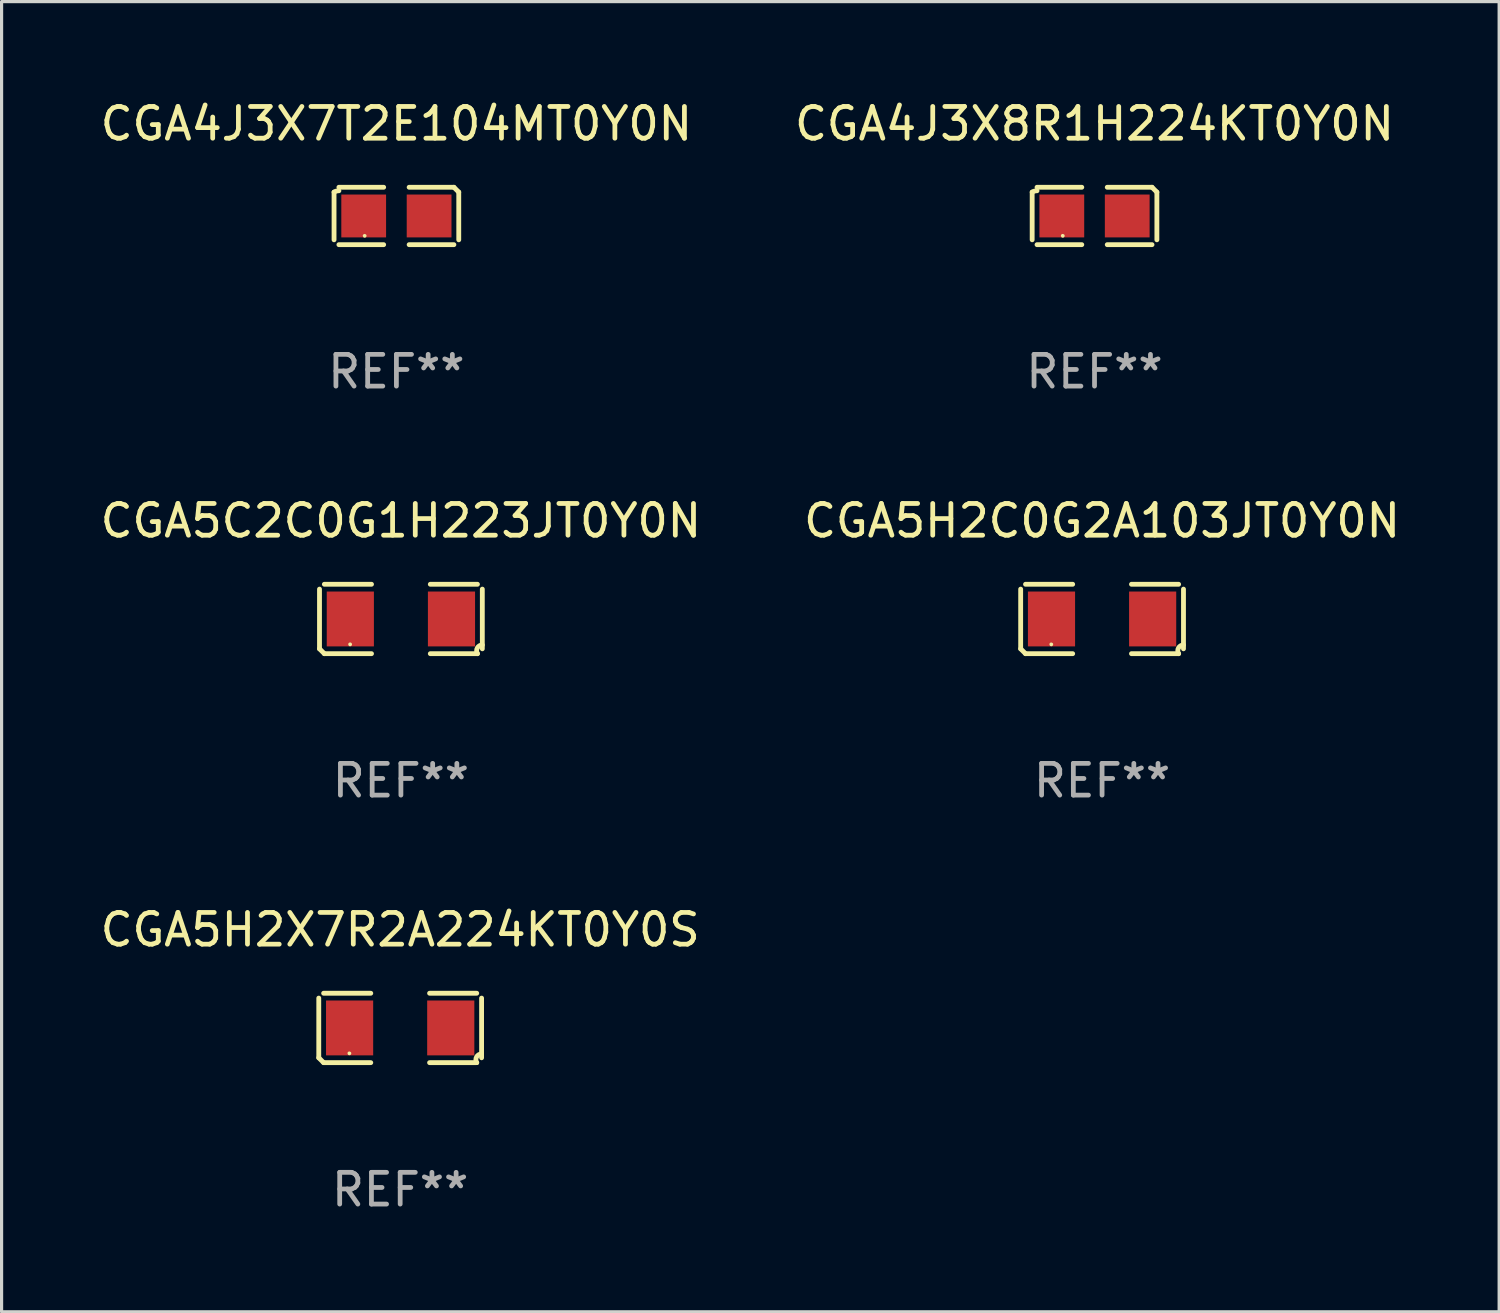
<source format=kicad_pcb>
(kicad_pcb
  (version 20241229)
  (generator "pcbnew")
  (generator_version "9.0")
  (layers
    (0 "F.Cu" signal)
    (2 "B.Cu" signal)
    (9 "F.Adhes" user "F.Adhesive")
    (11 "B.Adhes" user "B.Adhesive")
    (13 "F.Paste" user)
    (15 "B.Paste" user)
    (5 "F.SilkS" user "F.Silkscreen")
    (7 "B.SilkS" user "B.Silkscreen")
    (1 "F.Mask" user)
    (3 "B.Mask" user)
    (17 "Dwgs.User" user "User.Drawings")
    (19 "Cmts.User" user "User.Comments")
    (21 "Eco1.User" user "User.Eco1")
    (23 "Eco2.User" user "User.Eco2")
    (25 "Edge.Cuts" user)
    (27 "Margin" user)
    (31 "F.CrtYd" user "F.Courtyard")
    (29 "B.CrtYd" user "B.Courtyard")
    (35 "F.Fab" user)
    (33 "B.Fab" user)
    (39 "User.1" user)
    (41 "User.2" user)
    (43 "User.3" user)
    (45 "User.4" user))
  (footprint "CGA5H2C0G2A103JT0Y0N"
    (layer "F.Cu")
    (at 31.661 16.445)
    (property "Reference" "CGA5H2C0G2A103JT0Y0N" (at 0 -3.093 0) (layer "F.SilkS") (effects (font (size 1 1) (thickness 0.15))))
    (attr through_hole)
    (fp_line (start -2.564 0.94) (end -2.564 -0.94) (stroke (width 0.152) (type solid)) (layer "F.SilkS"))
    (fp_line (start -2.411 -1.093) (end -0.926 -1.093) (stroke (width 0.152) (type solid)) (layer "F.SilkS"))
    (fp_line (start -0.926 1.093) (end -2.411 1.093) (stroke (width 0.152) (type solid)) (layer "F.SilkS"))
    (fp_line (start 0.926 1.093) (end 2.411 1.093) (stroke (width 0.152) (type solid)) (layer "F.SilkS"))
    (fp_line (start 2.411 -1.093) (end 0.926 -1.093) (stroke (width 0.152) (type solid)) (layer "F.SilkS"))
    (fp_line (start 2.564 0.94) (end 2.564 -0.94) (stroke (width 0.152) (type solid)) (layer "F.SilkS"))
    (fp_arc (start -2.411201 1.092609) (mid -2.487413 1.01642) (end -2.563602 0.940208) (stroke (width 0.1524) (type solid)) (layer "F.SilkS"))
    (fp_arc (start 2.411201 1.092609) (mid 2.407159 0.911226) (end 2.563602 0.819347) (stroke (width 0.1524) (type solid)) (layer "F.SilkS"))
    (fp_circle (center -1.6 0.8) (end -1.57 0.8) (stroke (width 0.06) (type solid)) (fill no) (layer "F.SilkS"))
    (fp_text user "REF**" (at 0 5.093 0) (layer "F.Fab") (effects (font (size 1 1) (thickness 0.15))))
    (pad "1" smd rect (at -1.593 0) (size 1.485 1.728) (layers "F.Cu" "F.Mask" "F.Paste"))
    (pad "2" smd rect (at 1.593 0) (size 1.485 1.728) (layers "F.Cu" "F.Mask" "F.Paste")))
  (footprint "CGA5H2X7R2A224KT0Y0S"
    (layer "F.Cu")
    (at 9.554 29.326)
    (property "Reference" "CGA5H2X7R2A224KT0Y0S" (at 0 -3.093 0) (layer "F.SilkS") (effects (font (size 1 1) (thickness 0.15))))
    (attr through_hole)
    (fp_line (start -2.564 0.94) (end -2.564 -0.94) (stroke (width 0.152) (type solid)) (layer "F.SilkS"))
    (fp_line (start -2.411 -1.093) (end -0.926 -1.093) (stroke (width 0.152) (type solid)) (layer "F.SilkS"))
    (fp_line (start -0.926 1.093) (end -2.411 1.093) (stroke (width 0.152) (type solid)) (layer "F.SilkS"))
    (fp_line (start 0.926 1.093) (end 2.411 1.093) (stroke (width 0.152) (type solid)) (layer "F.SilkS"))
    (fp_line (start 2.411 -1.093) (end 0.926 -1.093) (stroke (width 0.152) (type solid)) (layer "F.SilkS"))
    (fp_line (start 2.564 0.94) (end 2.564 -0.94) (stroke (width 0.152) (type solid)) (layer "F.SilkS"))
    (fp_arc (start -2.411201 1.092609) (mid -2.487413 1.01642) (end -2.563602 0.940208) (stroke (width 0.1524) (type solid)) (layer "F.SilkS"))
    (fp_arc (start 2.411201 1.092609) (mid 2.407159 0.911226) (end 2.563602 0.819347) (stroke (width 0.1524) (type solid)) (layer "F.SilkS"))
    (fp_circle (center -1.6 0.8) (end -1.57 0.8) (stroke (width 0.06) (type solid)) (fill no) (layer "F.SilkS"))
    (fp_text user "REF**" (at 0 5.093 0) (layer "F.Fab") (effects (font (size 1 1) (thickness 0.15))))
    (pad "1" smd rect (at -1.593 0) (size 1.485 1.728) (layers "F.Cu" "F.Mask" "F.Paste"))
    (pad "2" smd rect (at 1.593 0) (size 1.485 1.728) (layers "F.Cu" "F.Mask" "F.Paste")))
  (footprint "CGA4J3X7T2E104MT0Y0N"
    (layer "F.Cu")
    (at 9.435 3.752)
    (property "Reference" "CGA4J3X7T2E104MT0Y0N" (at 0 -2.904 0) (layer "F.SilkS") (effects (font (size 1 1) (thickness 0.15))))
    (attr through_hole)
    (fp_line (start -1.964 0.751) (end -1.964 -0.751) (stroke (width 0.152) (type solid)) (layer "F.SilkS"))
    (fp_line (start -1.811 -0.904) (end -0.401 -0.904) (stroke (width 0.152) (type solid)) (layer "F.SilkS"))
    (fp_line (start -0.401 0.904) (end -1.811 0.904) (stroke (width 0.152) (type solid)) (layer "F.SilkS"))
    (fp_line (start 0.401 0.904) (end 1.811 0.904) (stroke (width 0.152) (type solid)) (layer "F.SilkS"))
    (fp_line (start 1.811 -0.904) (end 0.401 -0.904) (stroke (width 0.152) (type solid)) (layer "F.SilkS"))
    (fp_line (start 1.964 0.751) (end 1.964 -0.751) (stroke (width 0.152) (type solid)) (layer "F.SilkS"))
    (fp_arc (start -1.963602 -0.751207) (mid -1.890354 -0.783131) (end -1.811201 -0.794044) (stroke (width 0.1524) (type solid)) (layer "F.SilkS"))
    (fp_arc (start 1.811202 -0.903607) (mid 1.887413 -0.827418) (end 1.963602 -0.751207) (stroke (width 0.1524) (type solid)) (layer "F.SilkS"))
    (fp_circle (center -1 0.625) (end -0.97 0.625) (stroke (width 0.06) (type solid)) (fill no) (layer "F.SilkS"))
    (fp_text user "REF**" (at 0 4.904 0) (layer "F.Fab") (effects (font (size 1 1) (thickness 0.15))))
    (pad "1" smd rect (at -1.03 0) (size 1.41 1.35) (layers "F.Cu" "F.Mask" "F.Paste"))
    (pad "2" smd rect (at 1.03 0) (size 1.41 1.35) (layers "F.Cu" "F.Mask" "F.Paste")))
  (footprint "CGA5C2C0G1H223JT0Y0N"
    (layer "F.Cu")
    (at 9.577 16.445)
    (property "Reference" "CGA5C2C0G1H223JT0Y0N" (at 0 -3.093 0) (layer "F.SilkS") (effects (font (size 1 1) (thickness 0.15))))
    (attr through_hole)
    (fp_line (start -2.564 0.94) (end -2.564 -0.94) (stroke (width 0.152) (type solid)) (layer "F.SilkS"))
    (fp_line (start -2.411 -1.093) (end -0.926 -1.093) (stroke (width 0.152) (type solid)) (layer "F.SilkS"))
    (fp_line (start -0.926 1.093) (end -2.411 1.093) (stroke (width 0.152) (type solid)) (layer "F.SilkS"))
    (fp_line (start 0.926 1.093) (end 2.411 1.093) (stroke (width 0.152) (type solid)) (layer "F.SilkS"))
    (fp_line (start 2.411 -1.093) (end 0.926 -1.093) (stroke (width 0.152) (type solid)) (layer "F.SilkS"))
    (fp_line (start 2.564 0.94) (end 2.564 -0.94) (stroke (width 0.152) (type solid)) (layer "F.SilkS"))
    (fp_arc (start -2.411201 1.092609) (mid -2.487413 1.01642) (end -2.563602 0.940208) (stroke (width 0.1524) (type solid)) (layer "F.SilkS"))
    (fp_arc (start 2.411201 1.092609) (mid 2.407159 0.911226) (end 2.563602 0.819347) (stroke (width 0.1524) (type solid)) (layer "F.SilkS"))
    (fp_circle (center -1.6 0.8) (end -1.57 0.8) (stroke (width 0.06) (type solid)) (fill no) (layer "F.SilkS"))
    (fp_text user "REF**" (at 0 5.093 0) (layer "F.Fab") (effects (font (size 1 1) (thickness 0.15))))
    (pad "1" smd rect (at -1.593 0) (size 1.485 1.728) (layers "F.Cu" "F.Mask" "F.Paste"))
    (pad "2" smd rect (at 1.593 0) (size 1.485 1.728) (layers "F.Cu" "F.Mask" "F.Paste")))
  (footprint "CGA4J3X8R1H224KT0Y0N"
    (layer "F.Cu")
    (at 31.423 3.752)
    (property "Reference" "CGA4J3X8R1H224KT0Y0N" (at 0 -2.904 0) (layer "F.SilkS") (effects (font (size 1 1) (thickness 0.15))))
    (attr through_hole)
    (fp_line (start -1.964 0.751) (end -1.964 -0.751) (stroke (width 0.152) (type solid)) (layer "F.SilkS"))
    (fp_line (start -1.811 -0.904) (end -0.401 -0.904) (stroke (width 0.152) (type solid)) (layer "F.SilkS"))
    (fp_line (start -0.401 0.904) (end -1.811 0.904) (stroke (width 0.152) (type solid)) (layer "F.SilkS"))
    (fp_line (start 0.401 0.904) (end 1.811 0.904) (stroke (width 0.152) (type solid)) (layer "F.SilkS"))
    (fp_line (start 1.811 -0.904) (end 0.401 -0.904) (stroke (width 0.152) (type solid)) (layer "F.SilkS"))
    (fp_line (start 1.964 0.751) (end 1.964 -0.751) (stroke (width 0.152) (type solid)) (layer "F.SilkS"))
    (fp_arc (start -1.963602 -0.751207) (mid -1.890354 -0.783131) (end -1.811201 -0.794044) (stroke (width 0.1524) (type solid)) (layer "F.SilkS"))
    (fp_arc (start 1.811202 -0.903607) (mid 1.887413 -0.827418) (end 1.963602 -0.751207) (stroke (width 0.1524) (type solid)) (layer "F.SilkS"))
    (fp_circle (center -1 0.625) (end -0.97 0.625) (stroke (width 0.06) (type solid)) (fill no) (layer "F.SilkS"))
    (fp_text user "REF**" (at 0 4.904 0) (layer "F.Fab") (effects (font (size 1 1) (thickness 0.15))))
    (pad "1" smd rect (at -1.03 0) (size 1.41 1.35) (layers "F.Cu" "F.Mask" "F.Paste"))
    (pad "2" smd rect (at 1.03 0) (size 1.41 1.35) (layers "F.Cu" "F.Mask" "F.Paste")))
  (gr_rect
    (start -3 -3)
    (end 44.167 38.267)
    (stroke (width 0.1) (type default))
    (fill no)
    (layer "Edge.Cuts")))
</source>
